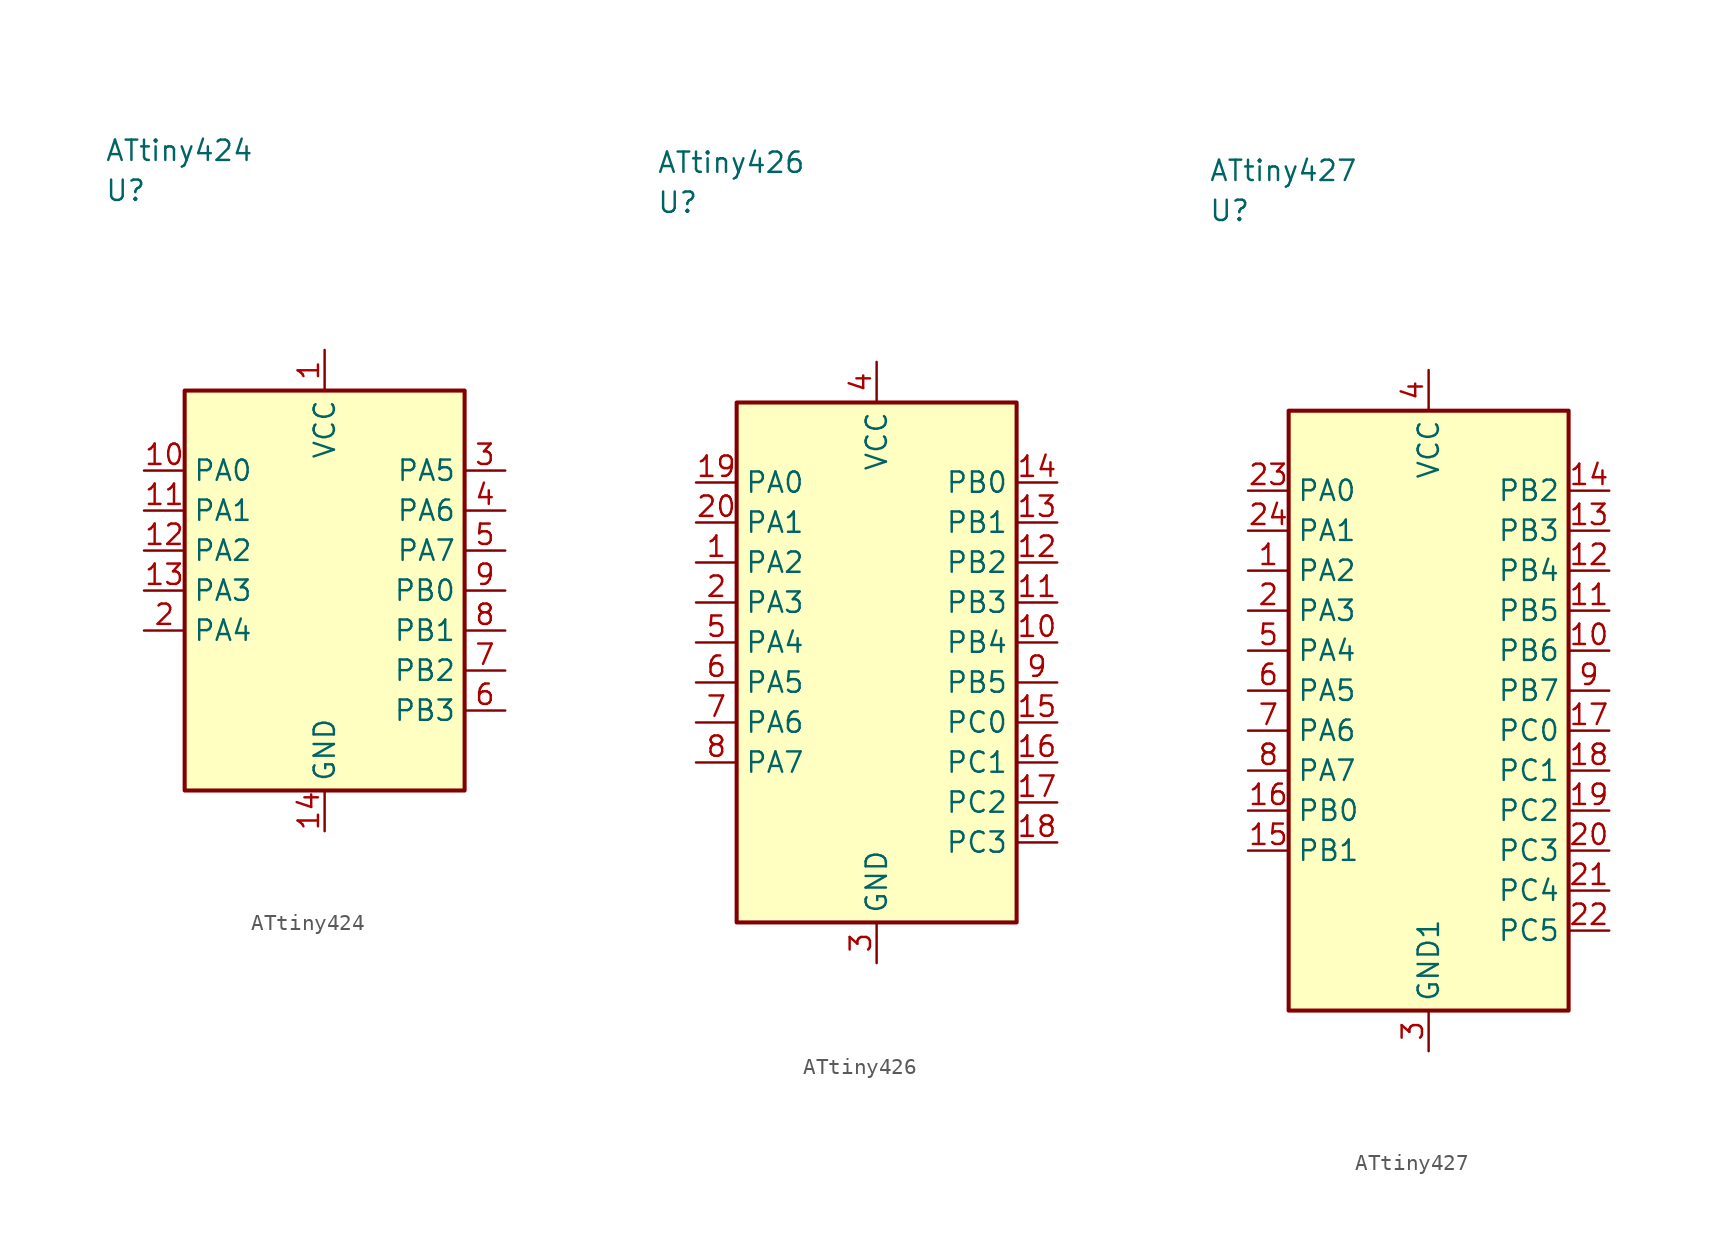
<source format=kicad_sym>
(kicad_symbol_lib
  (version 20241025)
  (generator "kicad_symbol_editor")
  (generator_version "8.0")
  (symbol "ATtiny424"
    (property "Reference" "U"
      (at -13.75 25.0 0)
      (effects (font (size 1.27 1.27)) (justify left)))
    (property "Value" "ATtiny424"
      (at -13.75 27.5 0)
      (effects (font (size 1.27 1.27)) (justify left)))
    (symbol "ATtiny424_0_1"
      (rectangle (start -8.75 12.5) (end 8.75 -12.5) (stroke (width 0.254) (type default)) (fill (type background))))
    (symbol "ATtiny424_1_1"
      (pin power_in line (at 0.0 15.04 270.0) (length 2.54) (name "VCC" (effects (font (size 1.27 1.27)))) (number "1" (effects (font (size 1.27 1.27)))))
      (pin bidirectional line (at -11.29 -2.5 0.0) (length 2.54) (name "PA4" (effects (font (size 1.27 1.27)))) (number "2" (effects (font (size 1.27 1.27)))))
      (pin bidirectional line (at 11.29 7.5 180.0) (length 2.54) (name "PA5" (effects (font (size 1.27 1.27)))) (number "3" (effects (font (size 1.27 1.27)))))
      (pin bidirectional line (at 11.29 5.0 180.0) (length 2.54) (name "PA6" (effects (font (size 1.27 1.27)))) (number "4" (effects (font (size 1.27 1.27)))))
      (pin bidirectional line (at 11.29 2.5 180.0) (length 2.54) (name "PA7" (effects (font (size 1.27 1.27)))) (number "5" (effects (font (size 1.27 1.27)))))
      (pin bidirectional line (at 11.29 -7.5 180.0) (length 2.54) (name "PB3" (effects (font (size 1.27 1.27)))) (number "6" (effects (font (size 1.27 1.27)))))
      (pin bidirectional line (at 11.29 -5.0 180.0) (length 2.54) (name "PB2" (effects (font (size 1.27 1.27)))) (number "7" (effects (font (size 1.27 1.27)))))
      (pin bidirectional line (at 11.29 -2.5 180.0) (length 2.54) (name "PB1" (effects (font (size 1.27 1.27)))) (number "8" (effects (font (size 1.27 1.27)))))
      (pin bidirectional line (at 11.29 0.0 180.0) (length 2.54) (name "PB0" (effects (font (size 1.27 1.27)))) (number "9" (effects (font (size 1.27 1.27)))))
      (pin bidirectional line (at -11.29 7.5 0.0) (length 2.54) (name "PA0" (effects (font (size 1.27 1.27)))) (number "10" (effects (font (size 1.27 1.27)))))
      (pin bidirectional line (at -11.29 5.0 0.0) (length 2.54) (name "PA1" (effects (font (size 1.27 1.27)))) (number "11" (effects (font (size 1.27 1.27)))))
      (pin bidirectional line (at -11.29 2.5 0.0) (length 2.54) (name "PA2" (effects (font (size 1.27 1.27)))) (number "12" (effects (font (size 1.27 1.27)))))
      (pin bidirectional line (at -11.29 0.0 0.0) (length 2.54) (name "PA3" (effects (font (size 1.27 1.27)))) (number "13" (effects (font (size 1.27 1.27)))))
      (pin passive line (at 0.0 -15.04 90.0) (length 2.54) (name "GND" (effects (font (size 1.27 1.27)))) (number "14" (effects (font (size 1.27 1.27)))))))
  (symbol "ATtiny426"
    (property "Reference" "U"
      (at -13.75 28.75 0)
      (effects (font (size 1.27 1.27)) (justify left)))
    (property "Value" "ATtiny426"
      (at -13.75 31.25 0)
      (effects (font (size 1.27 1.27)) (justify left)))
    (symbol "ATtiny426_0_1"
      (rectangle (start -8.75 16.25) (end 8.75 -16.25) (stroke (width 0.254) (type default)) (fill (type background))))
    (symbol "ATtiny426_1_1"
      (pin bidirectional line (at -11.29 6.25 0.0) (length 2.54) (name "PA2" (effects (font (size 1.27 1.27)))) (number "1" (effects (font (size 1.27 1.27)))))
      (pin bidirectional line (at -11.29 3.75 0.0) (length 2.54) (name "PA3" (effects (font (size 1.27 1.27)))) (number "2" (effects (font (size 1.27 1.27)))))
      (pin passive line (at 0.0 -18.79 90.0) (length 2.54) (name "GND" (effects (font (size 1.27 1.27)))) (number "3" (effects (font (size 1.27 1.27)))))
      (pin power_in line (at 0.0 18.79 270.0) (length 2.54) (name "VCC" (effects (font (size 1.27 1.27)))) (number "4" (effects (font (size 1.27 1.27)))))
      (pin bidirectional line (at -11.29 1.25 0.0) (length 2.54) (name "PA4" (effects (font (size 1.27 1.27)))) (number "5" (effects (font (size 1.27 1.27)))))
      (pin bidirectional line (at -11.29 -1.25 0.0) (length 2.54) (name "PA5" (effects (font (size 1.27 1.27)))) (number "6" (effects (font (size 1.27 1.27)))))
      (pin bidirectional line (at -11.29 -3.75 0.0) (length 2.54) (name "PA6" (effects (font (size 1.27 1.27)))) (number "7" (effects (font (size 1.27 1.27)))))
      (pin bidirectional line (at -11.29 -6.25 0.0) (length 2.54) (name "PA7" (effects (font (size 1.27 1.27)))) (number "8" (effects (font (size 1.27 1.27)))))
      (pin bidirectional line (at 11.29 -1.25 180.0) (length 2.54) (name "PB5" (effects (font (size 1.27 1.27)))) (number "9" (effects (font (size 1.27 1.27)))))
      (pin bidirectional line (at 11.29 1.25 180.0) (length 2.54) (name "PB4" (effects (font (size 1.27 1.27)))) (number "10" (effects (font (size 1.27 1.27)))))
      (pin bidirectional line (at 11.29 3.75 180.0) (length 2.54) (name "PB3" (effects (font (size 1.27 1.27)))) (number "11" (effects (font (size 1.27 1.27)))))
      (pin bidirectional line (at 11.29 6.25 180.0) (length 2.54) (name "PB2" (effects (font (size 1.27 1.27)))) (number "12" (effects (font (size 1.27 1.27)))))
      (pin bidirectional line (at 11.29 8.75 180.0) (length 2.54) (name "PB1" (effects (font (size 1.27 1.27)))) (number "13" (effects (font (size 1.27 1.27)))))
      (pin bidirectional line (at 11.29 11.25 180.0) (length 2.54) (name "PB0" (effects (font (size 1.27 1.27)))) (number "14" (effects (font (size 1.27 1.27)))))
      (pin bidirectional line (at 11.29 -3.75 180.0) (length 2.54) (name "PC0" (effects (font (size 1.27 1.27)))) (number "15" (effects (font (size 1.27 1.27)))))
      (pin bidirectional line (at 11.29 -6.25 180.0) (length 2.54) (name "PC1" (effects (font (size 1.27 1.27)))) (number "16" (effects (font (size 1.27 1.27)))))
      (pin bidirectional line (at 11.29 -8.75 180.0) (length 2.54) (name "PC2" (effects (font (size 1.27 1.27)))) (number "17" (effects (font (size 1.27 1.27)))))
      (pin bidirectional line (at 11.29 -11.25 180.0) (length 2.54) (name "PC3" (effects (font (size 1.27 1.27)))) (number "18" (effects (font (size 1.27 1.27)))))
      (pin bidirectional line (at -11.29 11.25 0.0) (length 2.54) (name "PA0" (effects (font (size 1.27 1.27)))) (number "19" (effects (font (size 1.27 1.27)))))
      (pin bidirectional line (at -11.29 8.75 0.0) (length 2.54) (name "PA1" (effects (font (size 1.27 1.27)))) (number "20" (effects (font (size 1.27 1.27)))))))
  (symbol "ATtiny427"
    (property "Reference" "U"
      (at -13.75 31.25 0)
      (effects (font (size 1.27 1.27)) (justify left)))
    (property "Value" "ATtiny427"
      (at -13.75 33.75 0)
      (effects (font (size 1.27 1.27)) (justify left)))
    (symbol "ATtiny427_0_1"
      (rectangle (start -8.75 18.75) (end 8.75 -18.75) (stroke (width 0.254) (type default)) (fill (type background))))
    (symbol "ATtiny427_1_1"
      (pin bidirectional line (at -11.29 8.75 0.0) (length 2.54) (name "PA2" (effects (font (size 1.27 1.27)))) (number "1" (effects (font (size 1.27 1.27)))))
      (pin bidirectional line (at -11.29 6.25 0.0) (length 2.54) (name "PA3" (effects (font (size 1.27 1.27)))) (number "2" (effects (font (size 1.27 1.27)))))
      (pin passive line (at 0.0 -21.29 90.0) (length 2.54) (name "GND1" (effects (font (size 1.27 1.27)))) (number "3" (effects (font (size 1.27 1.27)))))
      (pin power_in line (at 0.0 21.29 270.0) (length 2.54) (name "VCC" (effects (font (size 1.27 1.27)))) (number "4" (effects (font (size 1.27 1.27)))))
      (pin bidirectional line (at -11.29 3.75 0.0) (length 2.54) (name "PA4" (effects (font (size 1.27 1.27)))) (number "5" (effects (font (size 1.27 1.27)))))
      (pin bidirectional line (at -11.29 1.25 0.0) (length 2.54) (name "PA5" (effects (font (size 1.27 1.27)))) (number "6" (effects (font (size 1.27 1.27)))))
      (pin bidirectional line (at -11.29 -1.25 0.0) (length 2.54) (name "PA6" (effects (font (size 1.27 1.27)))) (number "7" (effects (font (size 1.27 1.27)))))
      (pin bidirectional line (at -11.29 -3.75 0.0) (length 2.54) (name "PA7" (effects (font (size 1.27 1.27)))) (number "8" (effects (font (size 1.27 1.27)))))
      (pin bidirectional line (at 11.29 1.25 180.0) (length 2.54) (name "PB7" (effects (font (size 1.27 1.27)))) (number "9" (effects (font (size 1.27 1.27)))))
      (pin bidirectional line (at 11.29 3.75 180.0) (length 2.54) (name "PB6" (effects (font (size 1.27 1.27)))) (number "10" (effects (font (size 1.27 1.27)))))
      (pin bidirectional line (at 11.29 6.25 180.0) (length 2.54) (name "PB5" (effects (font (size 1.27 1.27)))) (number "11" (effects (font (size 1.27 1.27)))))
      (pin bidirectional line (at 11.29 8.75 180.0) (length 2.54) (name "PB4" (effects (font (size 1.27 1.27)))) (number "12" (effects (font (size 1.27 1.27)))))
      (pin bidirectional line (at 11.29 11.25 180.0) (length 2.54) (name "PB3" (effects (font (size 1.27 1.27)))) (number "13" (effects (font (size 1.27 1.27)))))
      (pin bidirectional line (at 11.29 13.75 180.0) (length 2.54) (name "PB2" (effects (font (size 1.27 1.27)))) (number "14" (effects (font (size 1.27 1.27)))))
      (pin bidirectional line (at -11.29 -8.75 0.0) (length 2.54) (name "PB1" (effects (font (size 1.27 1.27)))) (number "15" (effects (font (size 1.27 1.27)))))
      (pin bidirectional line (at -11.29 -6.25 0.0) (length 2.54) (name "PB0" (effects (font (size 1.27 1.27)))) (number "16" (effects (font (size 1.27 1.27)))))
      (pin bidirectional line (at 11.29 -1.25 180.0) (length 2.54) (name "PC0" (effects (font (size 1.27 1.27)))) (number "17" (effects (font (size 1.27 1.27)))))
      (pin bidirectional line (at 11.29 -3.75 180.0) (length 2.54) (name "PC1" (effects (font (size 1.27 1.27)))) (number "18" (effects (font (size 1.27 1.27)))))
      (pin bidirectional line (at 11.29 -6.25 180.0) (length 2.54) (name "PC2" (effects (font (size 1.27 1.27)))) (number "19" (effects (font (size 1.27 1.27)))))
      (pin bidirectional line (at 11.29 -8.75 180.0) (length 2.54) (name "PC3" (effects (font (size 1.27 1.27)))) (number "20" (effects (font (size 1.27 1.27)))))
      (pin bidirectional line (at 11.29 -11.25 180.0) (length 2.54) (name "PC4" (effects (font (size 1.27 1.27)))) (number "21" (effects (font (size 1.27 1.27)))))
      (pin bidirectional line (at 11.29 -13.75 180.0) (length 2.54) (name "PC5" (effects (font (size 1.27 1.27)))) (number "22" (effects (font (size 1.27 1.27)))))
      (pin bidirectional line (at -11.29 13.75 0.0) (length 2.54) (name "PA0" (effects (font (size 1.27 1.27)))) (number "23" (effects (font (size 1.27 1.27)))))
      (pin bidirectional line (at -11.29 11.25 0.0) (length 2.54) (name "PA1" (effects (font (size 1.27 1.27)))) (number "24" (effects (font (size 1.27 1.27))))))))
</source>
